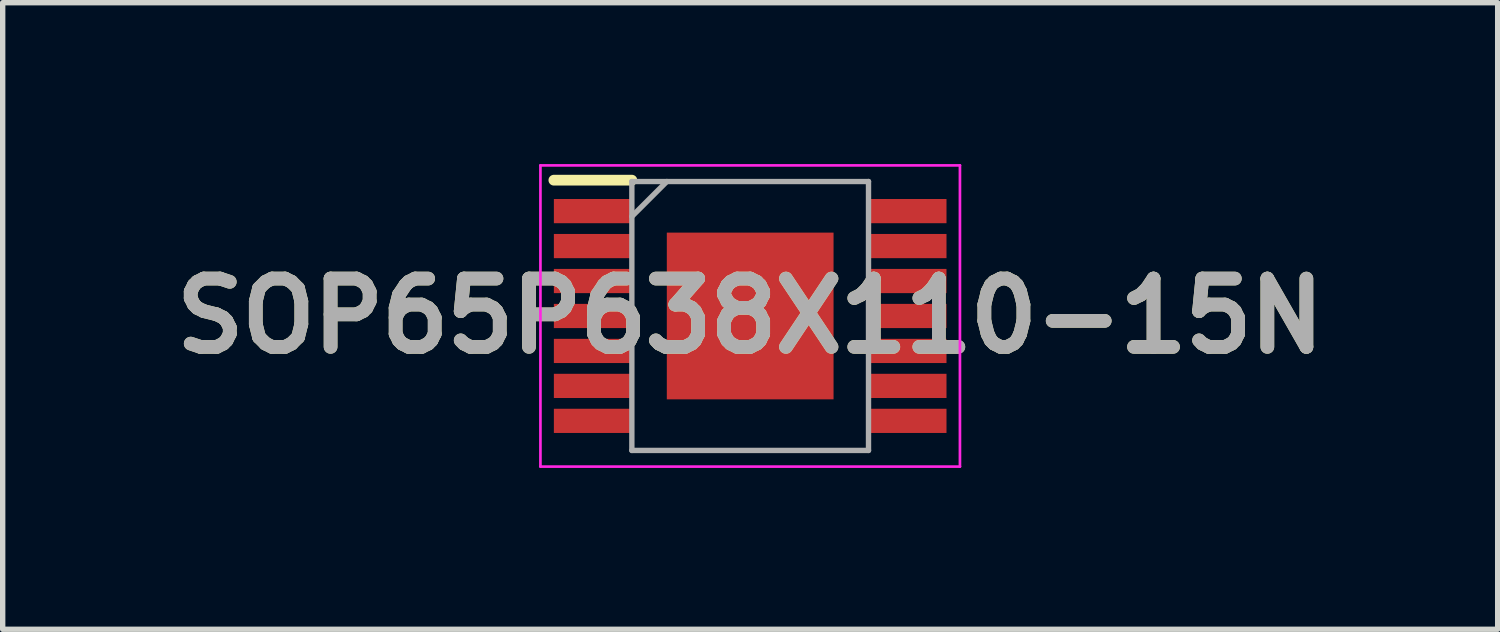
<source format=kicad_pcb>
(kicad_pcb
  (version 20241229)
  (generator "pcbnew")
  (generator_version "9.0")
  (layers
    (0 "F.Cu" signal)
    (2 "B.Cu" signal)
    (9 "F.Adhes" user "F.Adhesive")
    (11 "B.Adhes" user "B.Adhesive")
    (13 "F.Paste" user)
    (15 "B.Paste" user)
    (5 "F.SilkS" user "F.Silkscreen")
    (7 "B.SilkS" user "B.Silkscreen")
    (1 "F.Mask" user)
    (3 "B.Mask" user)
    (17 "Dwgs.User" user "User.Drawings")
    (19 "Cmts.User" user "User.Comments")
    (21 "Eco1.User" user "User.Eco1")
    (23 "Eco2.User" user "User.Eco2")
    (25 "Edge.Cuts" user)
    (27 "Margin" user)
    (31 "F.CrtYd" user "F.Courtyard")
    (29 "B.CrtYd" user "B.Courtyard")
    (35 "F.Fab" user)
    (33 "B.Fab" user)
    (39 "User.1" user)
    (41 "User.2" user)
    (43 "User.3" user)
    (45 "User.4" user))
  (footprint "SOP65P638X110-15N"
    (layer "F.Cu")
    (at 10.898 2.825)
    (property "Reference" "SOP65P638X110-15N" (at 0 0 0) (layer "F.SilkS") (effects (font (size 1.27 1.27) (thickness 0.254))))
    (attr smd)
    (fp_line (start -3.65 -2.525) (end -2.2 -2.525) (stroke (width 0.2) (type solid)) (layer "F.SilkS"))
    (fp_line (start -3.9 -2.8) (end 3.9 -2.8) (stroke (width 0.05) (type solid)) (layer "F.CrtYd"))
    (fp_line (start -3.9 2.8) (end -3.9 -2.8) (stroke (width 0.05) (type solid)) (layer "F.CrtYd"))
    (fp_line (start 3.9 -2.8) (end 3.9 2.8) (stroke (width 0.05) (type solid)) (layer "F.CrtYd"))
    (fp_line (start 3.9 2.8) (end -3.9 2.8) (stroke (width 0.05) (type solid)) (layer "F.CrtYd"))
    (fp_line (start -2.2 -2.5) (end 2.2 -2.5) (stroke (width 0.1) (type solid)) (layer "F.Fab"))
    (fp_line (start -2.2 -1.85) (end -1.55 -2.5) (stroke (width 0.1) (type solid)) (layer "F.Fab"))
    (fp_line (start -2.2 2.5) (end -2.2 -2.5) (stroke (width 0.1) (type solid)) (layer "F.Fab"))
    (fp_line (start 2.2 -2.5) (end 2.2 2.5) (stroke (width 0.1) (type solid)) (layer "F.Fab"))
    (fp_line (start 2.2 2.5) (end -2.2 2.5) (stroke (width 0.1) (type solid)) (layer "F.Fab"))
    (fp_text user "${REFERENCE}" (at 0 0 0) (layer "F.Fab") (effects (font (size 1.27 1.27) (thickness 0.254))))
    (pad "1" smd rect (at -2.925 -1.95 90) (size 0.45 1.45) (layers "F.Cu" "F.Mask" "F.Paste"))
    (pad "2" smd rect (at -2.925 -1.3 90) (size 0.45 1.45) (layers "F.Cu" "F.Mask" "F.Paste"))
    (pad "3" smd rect (at -2.925 -0.65 90) (size 0.45 1.45) (layers "F.Cu" "F.Mask" "F.Paste"))
    (pad "4" smd rect (at -2.925 0 90) (size 0.45 1.45) (layers "F.Cu" "F.Mask" "F.Paste"))
    (pad "5" smd rect (at -2.925 0.65 90) (size 0.45 1.45) (layers "F.Cu" "F.Mask" "F.Paste"))
    (pad "6" smd rect (at -2.925 1.3 90) (size 0.45 1.45) (layers "F.Cu" "F.Mask" "F.Paste"))
    (pad "7" smd rect (at -2.925 1.95 90) (size 0.45 1.45) (layers "F.Cu" "F.Mask" "F.Paste"))
    (pad "8" smd rect (at 2.925 1.95 90) (size 0.45 1.45) (layers "F.Cu" "F.Mask" "F.Paste"))
    (pad "9" smd rect (at 2.925 1.3 90) (size 0.45 1.45) (layers "F.Cu" "F.Mask" "F.Paste"))
    (pad "10" smd rect (at 2.925 0.65 90) (size 0.45 1.45) (layers "F.Cu" "F.Mask" "F.Paste"))
    (pad "11" smd rect (at 2.925 0 90) (size 0.45 1.45) (layers "F.Cu" "F.Mask" "F.Paste"))
    (pad "12" smd rect (at 2.925 -0.65 90) (size 0.45 1.45) (layers "F.Cu" "F.Mask" "F.Paste"))
    (pad "13" smd rect (at 2.925 -1.3 90) (size 0.45 1.45) (layers "F.Cu" "F.Mask" "F.Paste"))
    (pad "14" smd rect (at 2.925 -1.95 90) (size 0.45 1.45) (layers "F.Cu" "F.Mask" "F.Paste"))
    (pad "15" smd rect (at 0 0) (size 3.1 3.1) (layers "F.Cu" "F.Mask" "F.Paste")))
  (gr_rect
    (start -3 -3)
    (end 24.796 8.65)
    (stroke (width 0.1) (type default))
    (fill no)
    (layer "Edge.Cuts")))
</source>
